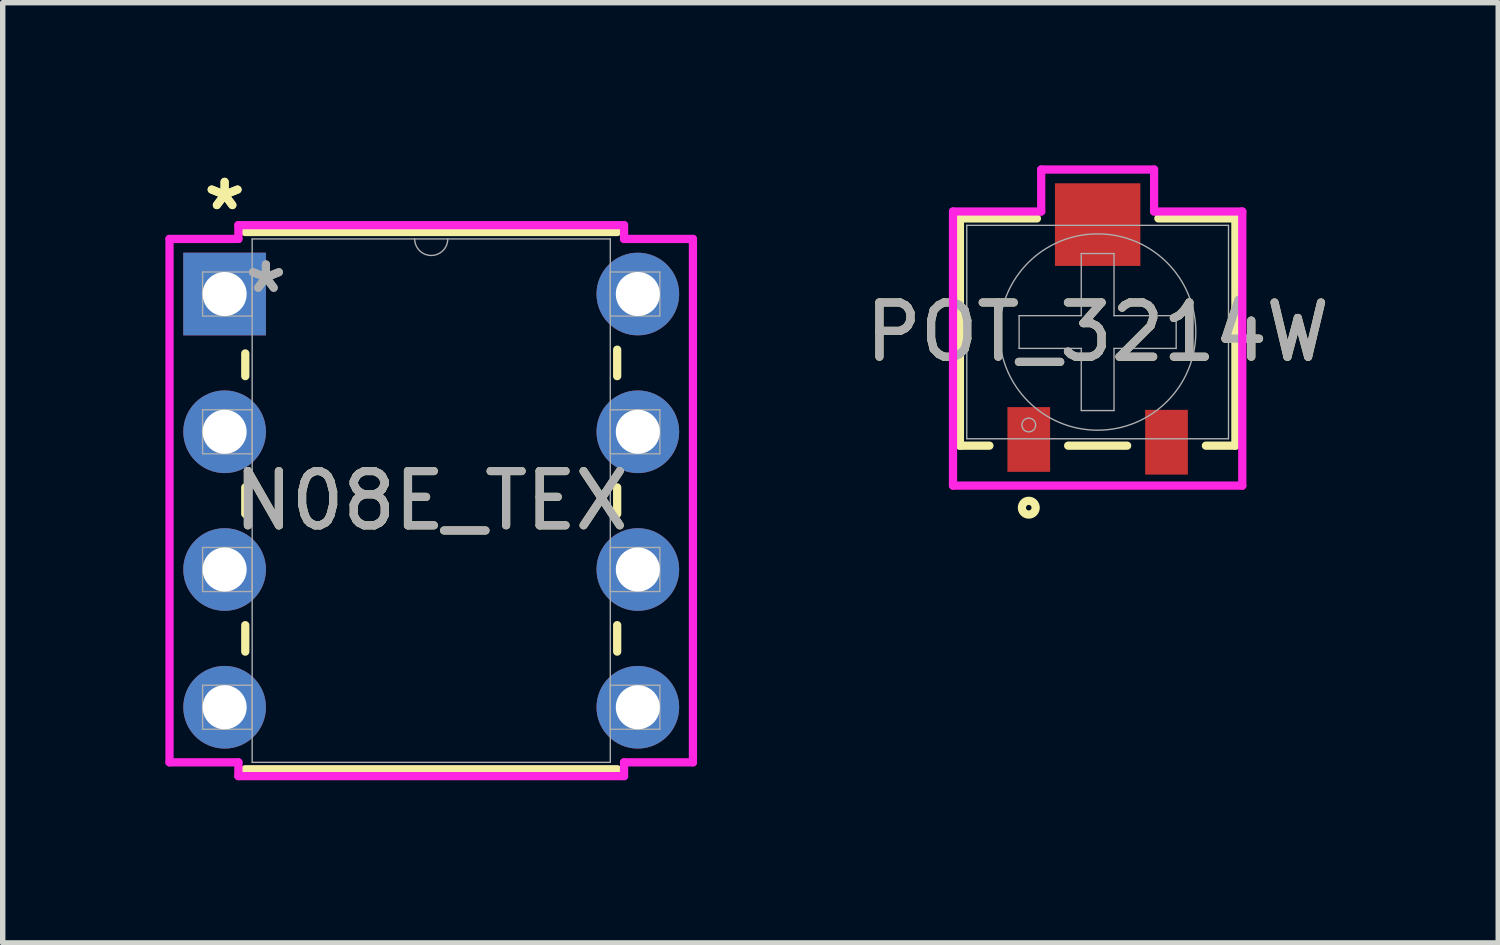
<source format=kicad_pcb>
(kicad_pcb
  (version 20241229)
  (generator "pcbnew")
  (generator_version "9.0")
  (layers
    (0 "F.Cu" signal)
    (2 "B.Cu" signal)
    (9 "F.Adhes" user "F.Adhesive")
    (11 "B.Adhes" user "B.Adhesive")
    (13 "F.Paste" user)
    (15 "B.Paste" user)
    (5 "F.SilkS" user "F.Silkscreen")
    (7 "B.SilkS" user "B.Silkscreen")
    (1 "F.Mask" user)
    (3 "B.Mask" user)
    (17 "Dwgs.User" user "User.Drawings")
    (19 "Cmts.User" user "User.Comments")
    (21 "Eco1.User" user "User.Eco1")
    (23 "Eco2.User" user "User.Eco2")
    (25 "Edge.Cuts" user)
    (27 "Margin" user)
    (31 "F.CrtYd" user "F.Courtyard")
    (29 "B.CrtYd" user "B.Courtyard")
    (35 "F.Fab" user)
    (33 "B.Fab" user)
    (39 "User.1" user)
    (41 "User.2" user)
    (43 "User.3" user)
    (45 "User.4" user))
  (footprint "POT_3214W"
    (layer "F.Cu")
    (at 17.191 3.073)
    (property "Reference" "POT_3214W" (at 0 0 0) (unlocked yes) (layer "F.SilkS") (effects (font (size 1 1) (thickness 0.15))))
    (attr smd)
    (fp_line (start -2.54 -2.095) (end -2.54 2.095) (stroke (width 0.152) (type solid)) (layer "F.SilkS"))
    (fp_line (start -2.54 2.095) (end -1.996 2.095) (stroke (width 0.152) (type solid)) (layer "F.SilkS"))
    (fp_line (start -1.12 -2.095) (end -2.54 -2.095) (stroke (width 0.152) (type solid)) (layer "F.SilkS"))
    (fp_line (start -0.544 2.095) (end 0.544 2.095) (stroke (width 0.152) (type solid)) (layer "F.SilkS"))
    (fp_line (start 1.996 2.095) (end 2.54 2.095) (stroke (width 0.152) (type solid)) (layer "F.SilkS"))
    (fp_line (start 2.54 -2.095) (end 1.12 -2.095) (stroke (width 0.152) (type solid)) (layer "F.SilkS"))
    (fp_line (start 2.54 -2.095) (end 2.54 2.095) (stroke (width 0.152) (type solid)) (layer "F.SilkS"))
    (fp_circle (center -1.27 3.239) (end -1.143 3.239) (stroke (width 0.152) (type solid)) (fill no) (layer "F.SilkS"))
    (fp_line (start -2.667 -2.223) (end -1.041 -2.223) (stroke (width 0.152) (type solid)) (layer "F.CrtYd"))
    (fp_line (start -2.667 2.832) (end -2.667 -2.223) (stroke (width 0.152) (type solid)) (layer "F.CrtYd"))
    (fp_line (start -1.041 -2.997) (end 1.041 -2.997) (stroke (width 0.152) (type solid)) (layer "F.CrtYd"))
    (fp_line (start -1.041 -2.223) (end -1.041 -2.997) (stroke (width 0.152) (type solid)) (layer "F.CrtYd"))
    (fp_line (start 1.041 -2.997) (end 1.041 -2.223) (stroke (width 0.152) (type solid)) (layer "F.CrtYd"))
    (fp_line (start 1.041 -2.223) (end 2.667 -2.223) (stroke (width 0.152) (type solid)) (layer "F.CrtYd"))
    (fp_line (start 2.667 -2.223) (end 2.667 2.832) (stroke (width 0.152) (type solid)) (layer "F.CrtYd"))
    (fp_line (start 2.667 2.832) (end -2.667 2.832) (stroke (width 0.152) (type solid)) (layer "F.CrtYd"))
    (fp_line (start -2.413 -1.968) (end -2.413 1.968) (stroke (width 0.025) (type solid)) (layer "F.Fab"))
    (fp_line (start -2.413 1.968) (end 2.413 1.968) (stroke (width 0.025) (type solid)) (layer "F.Fab"))
    (fp_line (start -1.448 -0.302) (end -1.448 0.302) (stroke (width 0.025) (type solid)) (layer "F.Fab"))
    (fp_line (start -0.302 -1.448) (end -0.302 -0.302) (stroke (width 0.025) (type solid)) (layer "F.Fab"))
    (fp_line (start -0.302 -1.448) (end 0.302 -1.448) (stroke (width 0.025) (type solid)) (layer "F.Fab"))
    (fp_line (start -0.302 -0.302) (end -1.448 -0.302) (stroke (width 0.025) (type solid)) (layer "F.Fab"))
    (fp_line (start -0.302 0.302) (end -1.448 0.302) (stroke (width 0.025) (type solid)) (layer "F.Fab"))
    (fp_line (start -0.302 1.448) (end -0.302 0.302) (stroke (width 0.025) (type solid)) (layer "F.Fab"))
    (fp_line (start -0.302 1.448) (end 0.302 1.448) (stroke (width 0.025) (type solid)) (layer "F.Fab"))
    (fp_line (start 0.302 -1.448) (end 0.302 -0.302) (stroke (width 0.025) (type solid)) (layer "F.Fab"))
    (fp_line (start 0.302 -0.302) (end 1.448 -0.302) (stroke (width 0.025) (type solid)) (layer "F.Fab"))
    (fp_line (start 0.302 0.302) (end 1.448 0.302) (stroke (width 0.025) (type solid)) (layer "F.Fab"))
    (fp_line (start 0.302 1.448) (end 0.302 0.302) (stroke (width 0.025) (type solid)) (layer "F.Fab"))
    (fp_line (start 1.448 -0.302) (end 1.448 0.302) (stroke (width 0.025) (type solid)) (layer "F.Fab"))
    (fp_line (start 2.413 -1.968) (end -2.413 -1.968) (stroke (width 0.025) (type solid)) (layer "F.Fab"))
    (fp_line (start 2.413 -1.968) (end 2.413 1.968) (stroke (width 0.025) (type solid)) (layer "F.Fab"))
    (fp_circle (center -1.27 1.714) (end -1.143 1.714) (stroke (width 0.025) (type solid)) (fill no) (layer "F.Fab"))
    (fp_circle (center 0 0) (end 1.81 0) (stroke (width 0.025) (type solid)) (fill no) (layer "F.Fab"))
    (fp_text user "${REFERENCE}" (at 0 0 0) (unlocked yes) (layer "F.Fab") (effects (font (size 1 1) (thickness 0.15))))
    (pad "1" smd rect (at -1.27 1.981) (size 0.787 1.194) (layers "F.Cu" "F.Mask" "F.Paste"))
    (pad "2" smd rect (at 0 -1.981) (size 1.575 1.524) (layers "F.Cu" "F.Mask" "F.Paste"))
    (pad "3" smd rect (at 1.27 2.032) (size 0.787 1.194) (layers "F.Cu" "F.Mask" "F.Paste")))
  (footprint "N08E_TEX"
    (layer "F.Cu")
    (at 1.092 2.372)
    (property "Reference" "N08E_TEX" (at 3.81 3.81 0) (unlocked yes) (layer "F.SilkS") (effects (font (size 1 1) (thickness 0.15))))
    (attr through_hole)
    (fp_line (start 0.381 1.095) (end 0.381 1.514) (stroke (width 0.152) (type solid)) (layer "F.SilkS"))
    (fp_line (start 0.381 3.566) (end 0.381 4.054) (stroke (width 0.152) (type solid)) (layer "F.SilkS"))
    (fp_line (start 0.381 6.106) (end 0.381 6.594) (stroke (width 0.152) (type solid)) (layer "F.SilkS"))
    (fp_line (start 0.381 8.763) (end 7.239 8.763) (stroke (width 0.152) (type solid)) (layer "F.SilkS"))
    (fp_line (start 7.239 -1.143) (end 0.381 -1.143) (stroke (width 0.152) (type solid)) (layer "F.SilkS"))
    (fp_line (start 7.239 1.514) (end 7.239 1.026) (stroke (width 0.152) (type solid)) (layer "F.SilkS"))
    (fp_line (start 7.239 4.054) (end 7.239 3.566) (stroke (width 0.152) (type solid)) (layer "F.SilkS"))
    (fp_line (start 7.239 6.594) (end 7.239 6.106) (stroke (width 0.152) (type solid)) (layer "F.SilkS"))
    (fp_line (start -1.016 -1.016) (end 0.254 -1.016) (stroke (width 0.152) (type solid)) (layer "F.CrtYd"))
    (fp_line (start -1.016 8.636) (end -1.016 -1.016) (stroke (width 0.152) (type solid)) (layer "F.CrtYd"))
    (fp_line (start 0.254 -1.27) (end 7.366 -1.27) (stroke (width 0.152) (type solid)) (layer "F.CrtYd"))
    (fp_line (start 0.254 -1.016) (end 0.254 -1.27) (stroke (width 0.152) (type solid)) (layer "F.CrtYd"))
    (fp_line (start 0.254 8.636) (end -1.016 8.636) (stroke (width 0.152) (type solid)) (layer "F.CrtYd"))
    (fp_line (start 0.254 8.89) (end 0.254 8.636) (stroke (width 0.152) (type solid)) (layer "F.CrtYd"))
    (fp_line (start 7.366 -1.27) (end 7.366 -1.016) (stroke (width 0.152) (type solid)) (layer "F.CrtYd"))
    (fp_line (start 7.366 8.636) (end 7.366 8.89) (stroke (width 0.152) (type solid)) (layer "F.CrtYd"))
    (fp_line (start 7.366 8.89) (end 0.254 8.89) (stroke (width 0.152) (type solid)) (layer "F.CrtYd"))
    (fp_line (start 8.636 -1.016) (end 7.366 -1.016) (stroke (width 0.152) (type solid)) (layer "F.CrtYd"))
    (fp_line (start 8.636 -1.016) (end 8.636 8.636) (stroke (width 0.152) (type solid)) (layer "F.CrtYd"))
    (fp_line (start 8.636 8.636) (end 7.366 8.636) (stroke (width 0.152) (type solid)) (layer "F.CrtYd"))
    (fp_line (start -0.406 -0.406) (end -0.406 0.406) (stroke (width 0.025) (type solid)) (layer "F.Fab"))
    (fp_line (start -0.406 0.406) (end 0.508 0.406) (stroke (width 0.025) (type solid)) (layer "F.Fab"))
    (fp_line (start -0.406 2.134) (end -0.406 2.946) (stroke (width 0.025) (type solid)) (layer "F.Fab"))
    (fp_line (start -0.406 2.946) (end 0.508 2.946) (stroke (width 0.025) (type solid)) (layer "F.Fab"))
    (fp_line (start -0.406 4.674) (end -0.406 5.486) (stroke (width 0.025) (type solid)) (layer "F.Fab"))
    (fp_line (start -0.406 5.486) (end 0.508 5.486) (stroke (width 0.025) (type solid)) (layer "F.Fab"))
    (fp_line (start -0.406 7.214) (end -0.406 8.026) (stroke (width 0.025) (type solid)) (layer "F.Fab"))
    (fp_line (start -0.406 8.026) (end 0.508 8.026) (stroke (width 0.025) (type solid)) (layer "F.Fab"))
    (fp_line (start 0.508 -1.016) (end 0.508 8.636) (stroke (width 0.025) (type solid)) (layer "F.Fab"))
    (fp_line (start 0.508 -0.406) (end -0.406 -0.406) (stroke (width 0.025) (type solid)) (layer "F.Fab"))
    (fp_line (start 0.508 0.406) (end 0.508 -0.406) (stroke (width 0.025) (type solid)) (layer "F.Fab"))
    (fp_line (start 0.508 2.134) (end -0.406 2.134) (stroke (width 0.025) (type solid)) (layer "F.Fab"))
    (fp_line (start 0.508 2.946) (end 0.508 2.134) (stroke (width 0.025) (type solid)) (layer "F.Fab"))
    (fp_line (start 0.508 4.674) (end -0.406 4.674) (stroke (width 0.025) (type solid)) (layer "F.Fab"))
    (fp_line (start 0.508 5.486) (end 0.508 4.674) (stroke (width 0.025) (type solid)) (layer "F.Fab"))
    (fp_line (start 0.508 7.214) (end -0.406 7.214) (stroke (width 0.025) (type solid)) (layer "F.Fab"))
    (fp_line (start 0.508 8.026) (end 0.508 7.214) (stroke (width 0.025) (type solid)) (layer "F.Fab"))
    (fp_line (start 0.508 8.636) (end 7.112 8.636) (stroke (width 0.025) (type solid)) (layer "F.Fab"))
    (fp_line (start 7.112 -1.016) (end 0.508 -1.016) (stroke (width 0.025) (type solid)) (layer "F.Fab"))
    (fp_line (start 7.112 -0.406) (end 7.112 0.406) (stroke (width 0.025) (type solid)) (layer "F.Fab"))
    (fp_line (start 7.112 0.406) (end 8.026 0.406) (stroke (width 0.025) (type solid)) (layer "F.Fab"))
    (fp_line (start 7.112 2.134) (end 7.112 2.946) (stroke (width 0.025) (type solid)) (layer "F.Fab"))
    (fp_line (start 7.112 2.946) (end 8.026 2.946) (stroke (width 0.025) (type solid)) (layer "F.Fab"))
    (fp_line (start 7.112 4.674) (end 7.112 5.486) (stroke (width 0.025) (type solid)) (layer "F.Fab"))
    (fp_line (start 7.112 5.486) (end 8.026 5.486) (stroke (width 0.025) (type solid)) (layer "F.Fab"))
    (fp_line (start 7.112 7.214) (end 7.112 8.026) (stroke (width 0.025) (type solid)) (layer "F.Fab"))
    (fp_line (start 7.112 8.026) (end 8.026 8.026) (stroke (width 0.025) (type solid)) (layer "F.Fab"))
    (fp_line (start 7.112 8.636) (end 7.112 -1.016) (stroke (width 0.025) (type solid)) (layer "F.Fab"))
    (fp_line (start 8.026 -0.406) (end 7.112 -0.406) (stroke (width 0.025) (type solid)) (layer "F.Fab"))
    (fp_line (start 8.026 0.406) (end 8.026 -0.406) (stroke (width 0.025) (type solid)) (layer "F.Fab"))
    (fp_line (start 8.026 2.134) (end 7.112 2.134) (stroke (width 0.025) (type solid)) (layer "F.Fab"))
    (fp_line (start 8.026 2.946) (end 8.026 2.134) (stroke (width 0.025) (type solid)) (layer "F.Fab"))
    (fp_line (start 8.026 4.674) (end 7.112 4.674) (stroke (width 0.025) (type solid)) (layer "F.Fab"))
    (fp_line (start 8.026 5.486) (end 8.026 4.674) (stroke (width 0.025) (type solid)) (layer "F.Fab"))
    (fp_line (start 8.026 7.214) (end 7.112 7.214) (stroke (width 0.025) (type solid)) (layer "F.Fab"))
    (fp_line (start 8.026 8.026) (end 8.026 7.214) (stroke (width 0.025) (type solid)) (layer "F.Fab"))
    (fp_arc (start 4.1148 -1.016) (mid 3.81 -0.7112) (end 3.5052 -1.016) (stroke (width 0.0254) (type solid)) (layer "F.Fab"))
    (fp_text user "*" (at 0 -1.524 0) (unlocked yes) (layer "F.SilkS") (effects (font (size 1 1) (thickness 0.15))))
    (fp_text user "*" (at 0 -1.524 0) (layer "F.SilkS") (effects (font (size 1 1) (thickness 0.15))))
    (fp_text user "${REFERENCE}" (at 3.81 3.81 0) (unlocked yes) (layer "F.Fab") (effects (font (size 1 1) (thickness 0.15))))
    (fp_text user "*" (at 0.762 0 0) (unlocked yes) (layer "F.Fab") (effects (font (size 1 1) (thickness 0.15))))
    (fp_text user "*" (at 0.762 0 0) (layer "F.Fab") (effects (font (size 1 1) (thickness 0.15))))
    (pad "1" thru_hole rect (at 0 0) (size 1.524 1.524) (drill 0.813) (layers "*.Cu" "*.Mask"))
    (pad "2" thru_hole circle (at 0 2.54) (size 1.524 1.524) (drill 0.813) (layers "*.Cu" "*.Mask"))
    (pad "3" thru_hole circle (at 0 5.08) (size 1.524 1.524) (drill 0.813) (layers "*.Cu" "*.Mask"))
    (pad "4" thru_hole circle (at 0 7.62) (size 1.524 1.524) (drill 0.813) (layers "*.Cu" "*.Mask"))
    (pad "5" thru_hole circle (at 7.62 7.62) (size 1.524 1.524) (drill 0.813) (layers "*.Cu" "*.Mask"))
    (pad "6" thru_hole circle (at 7.62 5.08) (size 1.524 1.524) (drill 0.813) (layers "*.Cu" "*.Mask"))
    (pad "7" thru_hole circle (at 7.62 2.54) (size 1.524 1.524) (drill 0.813) (layers "*.Cu" "*.Mask"))
    (pad "8" thru_hole circle (at 7.62 0) (size 1.524 1.524) (drill 0.813) (layers "*.Cu" "*.Mask")))
  (gr_rect
    (start -3 -3)
    (end 24.578 14.338)
    (stroke (width 0.1) (type default))
    (fill no)
    (layer "Edge.Cuts")))
</source>
